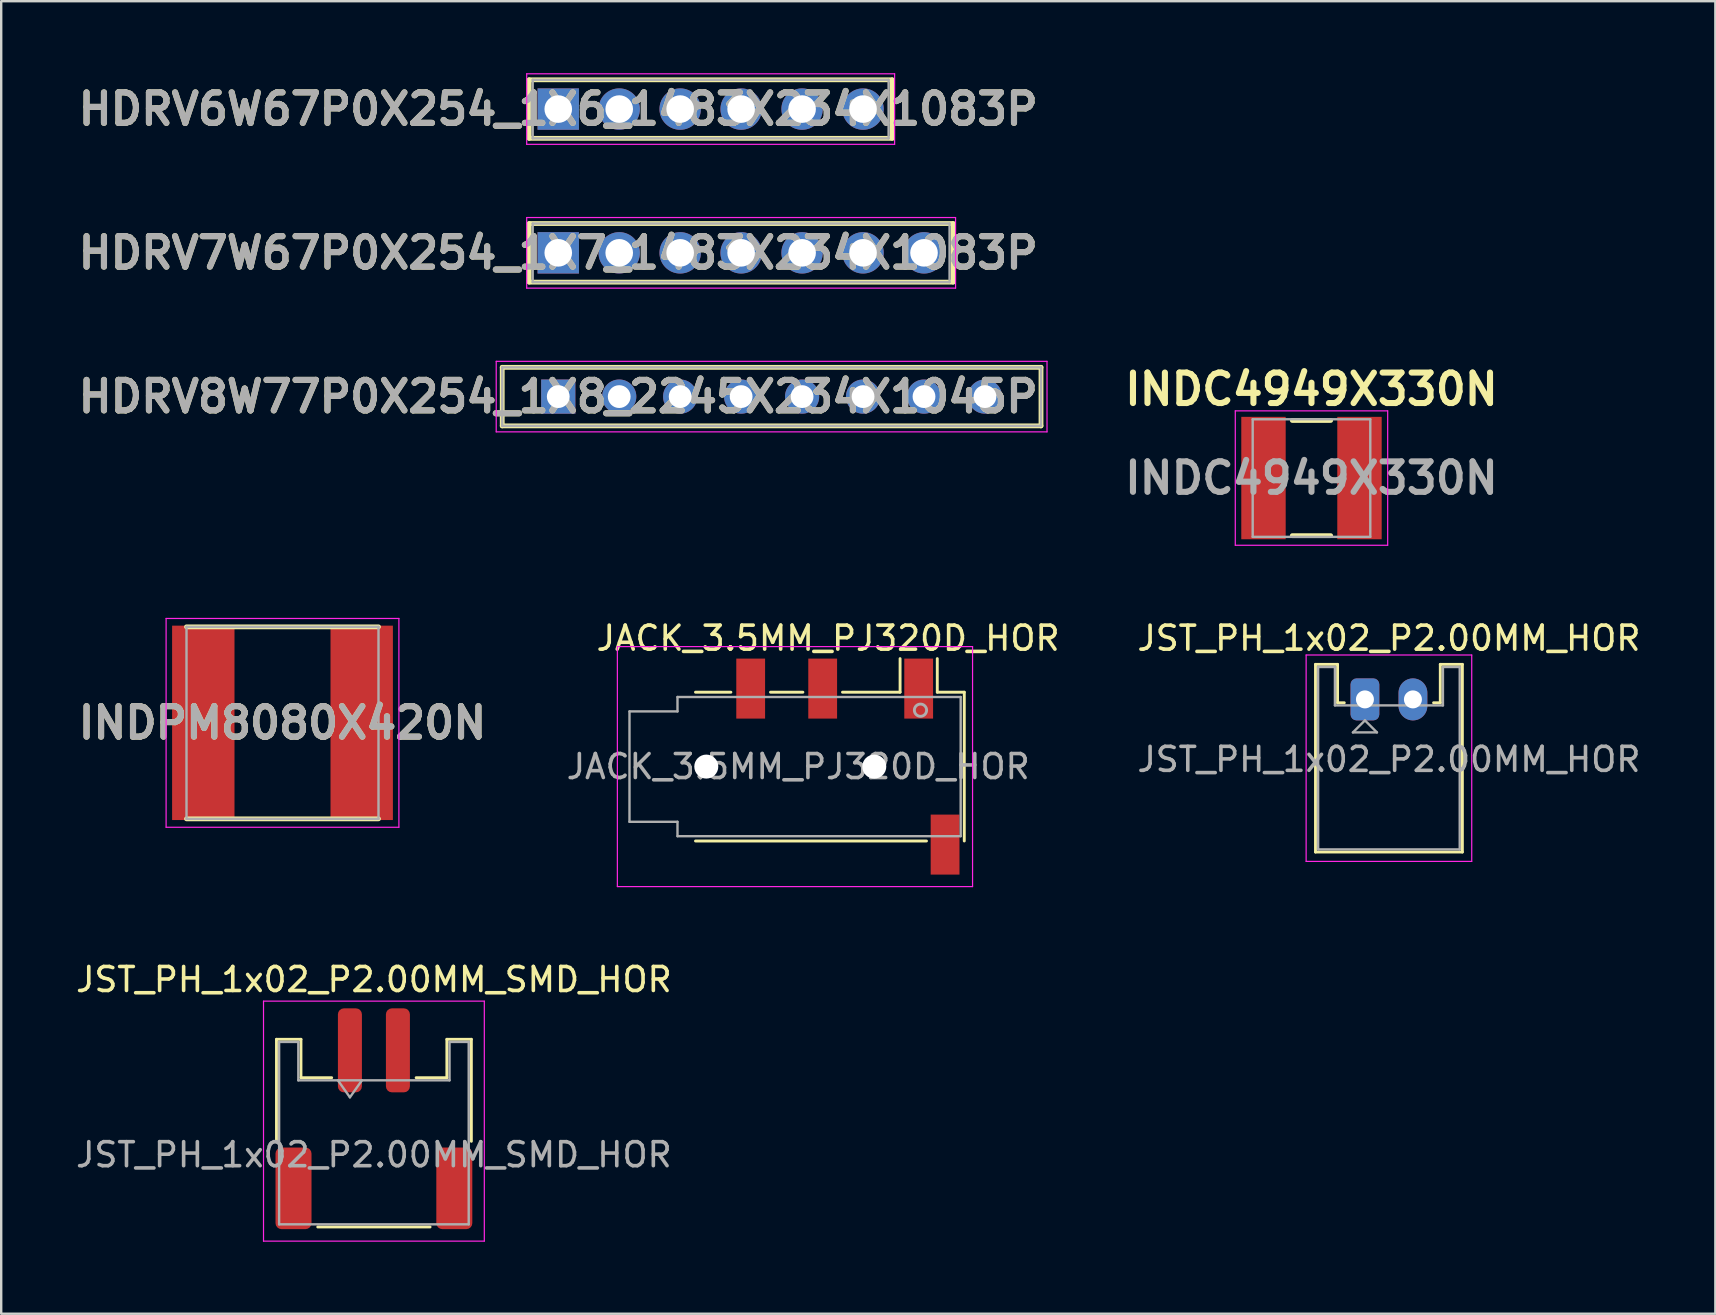
<source format=kicad_pcb>
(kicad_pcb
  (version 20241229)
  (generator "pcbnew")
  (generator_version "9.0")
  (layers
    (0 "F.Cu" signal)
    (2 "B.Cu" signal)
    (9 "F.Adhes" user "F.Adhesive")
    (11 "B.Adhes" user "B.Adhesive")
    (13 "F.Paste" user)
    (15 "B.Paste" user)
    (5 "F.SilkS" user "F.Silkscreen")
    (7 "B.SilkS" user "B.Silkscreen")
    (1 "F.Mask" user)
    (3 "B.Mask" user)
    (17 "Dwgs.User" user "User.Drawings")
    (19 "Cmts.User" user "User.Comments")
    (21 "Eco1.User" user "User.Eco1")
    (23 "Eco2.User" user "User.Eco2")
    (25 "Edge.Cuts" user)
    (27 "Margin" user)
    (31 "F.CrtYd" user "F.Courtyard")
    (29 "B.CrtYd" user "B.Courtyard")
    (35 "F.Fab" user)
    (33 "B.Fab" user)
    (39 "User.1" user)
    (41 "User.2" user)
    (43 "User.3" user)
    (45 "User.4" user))
  (footprint "HDRV7W67P0X254_1X7_1483X234X1083P"
    (layer "F.Cu")
    (at 20.211 7.485)
    (property "Reference" "HDRV7W67P0X254_1X7_1483X234X1083P" (at 0 0 0) (layer "F.SilkS") (effects (font (size 1.27 1.27) (thickness 0.254))))
    (attr through_hole)
    (fp_line (start -1.212 -1.22) (end -1.212 1.22) (stroke (width 0.2) (type solid)) (layer "F.SilkS"))
    (fp_line (start -1.212 1.22) (end 16.453 1.22) (stroke (width 0.2) (type solid)) (layer "F.SilkS"))
    (fp_line (start 16.453 -1.22) (end -1.212 -1.22) (stroke (width 0.2) (type solid)) (layer "F.SilkS"))
    (fp_line (start 16.453 1.22) (end 16.453 -1.22) (stroke (width 0.2) (type solid)) (layer "F.SilkS"))
    (fp_line (start -1.315 -1.47) (end 16.555 -1.47) (stroke (width 0.05) (type solid)) (layer "F.CrtYd"))
    (fp_line (start -1.315 1.47) (end -1.315 -1.47) (stroke (width 0.05) (type solid)) (layer "F.CrtYd"))
    (fp_line (start 16.555 -1.47) (end 16.555 1.47) (stroke (width 0.05) (type solid)) (layer "F.CrtYd"))
    (fp_line (start 16.555 1.47) (end -1.315 1.47) (stroke (width 0.05) (type solid)) (layer "F.CrtYd"))
    (fp_line (start -1.065 -1.22) (end 16.305 -1.22) (stroke (width 0.1) (type solid)) (layer "F.Fab"))
    (fp_line (start -1.065 1.22) (end -1.065 -1.22) (stroke (width 0.1) (type solid)) (layer "F.Fab"))
    (fp_line (start 16.305 -1.22) (end 16.305 1.22) (stroke (width 0.1) (type solid)) (layer "F.Fab"))
    (fp_line (start 16.305 1.22) (end -1.065 1.22) (stroke (width 0.1) (type solid)) (layer "F.Fab"))
    (fp_text user "${REFERENCE}" (at 0 0 0) (layer "F.Fab") (effects (font (size 1.27 1.27) (thickness 0.254))))
    (pad "1" thru_hole rect (at 0 0) (size 1.725 1.725) (drill 1.15) (layers "*.Cu" "*.Mask"))
    (pad "2" thru_hole circle (at 2.54 0) (size 1.725 1.725) (drill 1.15) (layers "*.Cu" "*.Mask"))
    (pad "3" thru_hole circle (at 5.08 0) (size 1.725 1.725) (drill 1.15) (layers "*.Cu" "*.Mask"))
    (pad "4" thru_hole circle (at 7.62 0) (size 1.725 1.725) (drill 1.15) (layers "*.Cu" "*.Mask"))
    (pad "5" thru_hole circle (at 10.16 0) (size 1.725 1.725) (drill 1.15) (layers "*.Cu" "*.Mask"))
    (pad "6" thru_hole circle (at 12.7 0) (size 1.725 1.725) (drill 1.15) (layers "*.Cu" "*.Mask"))
    (pad "7" thru_hole circle (at 15.24 0) (size 1.725 1.725) (drill 1.15) (layers "*.Cu" "*.Mask")))
  (footprint "HDRV8W77P0X254_1X8_2245X234X1045P"
    (layer "F.Cu")
    (at 20.211 13.475)
    (property "Reference" "HDRV8W77P0X254_1X8_2245X234X1045P" (at 0 0 0) (layer "F.SilkS") (effects (font (size 1.27 1.27) (thickness 0.254))))
    (attr through_hole)
    (fp_line (start -2.335 -1.22) (end -2.335 1.22) (stroke (width 0.2) (type solid)) (layer "F.SilkS"))
    (fp_line (start -2.335 1.22) (end 20.115 1.22) (stroke (width 0.2) (type solid)) (layer "F.SilkS"))
    (fp_line (start 20.115 -1.22) (end -2.335 -1.22) (stroke (width 0.2) (type solid)) (layer "F.SilkS"))
    (fp_line (start 20.115 1.22) (end 20.115 -1.22) (stroke (width 0.2) (type solid)) (layer "F.SilkS"))
    (fp_line (start -2.585 -1.47) (end 20.365 -1.47) (stroke (width 0.05) (type solid)) (layer "F.CrtYd"))
    (fp_line (start -2.585 1.47) (end -2.585 -1.47) (stroke (width 0.05) (type solid)) (layer "F.CrtYd"))
    (fp_line (start 20.365 -1.47) (end 20.365 1.47) (stroke (width 0.05) (type solid)) (layer "F.CrtYd"))
    (fp_line (start 20.365 1.47) (end -2.585 1.47) (stroke (width 0.05) (type solid)) (layer "F.CrtYd"))
    (fp_line (start -2.335 -1.22) (end 20.115 -1.22) (stroke (width 0.1) (type solid)) (layer "F.Fab"))
    (fp_line (start -2.335 1.22) (end -2.335 -1.22) (stroke (width 0.1) (type solid)) (layer "F.Fab"))
    (fp_line (start 20.115 -1.22) (end 20.115 1.22) (stroke (width 0.1) (type solid)) (layer "F.Fab"))
    (fp_line (start 20.115 1.22) (end -2.335 1.22) (stroke (width 0.1) (type solid)) (layer "F.Fab"))
    (fp_text user "${REFERENCE}" (at 0 0 0) (layer "F.Fab") (effects (font (size 1.27 1.27) (thickness 0.254))))
    (pad "1" thru_hole rect (at 0 0) (size 1.425 1.425) (drill 0.95) (layers "*.Cu" "*.Mask"))
    (pad "2" thru_hole circle (at 2.54 0) (size 1.425 1.425) (drill 0.95) (layers "*.Cu" "*.Mask"))
    (pad "3" thru_hole circle (at 5.08 0) (size 1.425 1.425) (drill 0.95) (layers "*.Cu" "*.Mask"))
    (pad "4" thru_hole circle (at 7.62 0) (size 1.425 1.425) (drill 0.95) (layers "*.Cu" "*.Mask"))
    (pad "5" thru_hole circle (at 10.16 0) (size 1.425 1.425) (drill 0.95) (layers "*.Cu" "*.Mask"))
    (pad "6" thru_hole circle (at 12.7 0) (size 1.425 1.425) (drill 0.95) (layers "*.Cu" "*.Mask"))
    (pad "7" thru_hole circle (at 15.24 0) (size 1.425 1.425) (drill 0.95) (layers "*.Cu" "*.Mask"))
    (pad "8" thru_hole circle (at 17.78 0) (size 1.425 1.425) (drill 0.95) (layers "*.Cu" "*.Mask")))
  (footprint "JACK_3.5MM_PJ320D_HOR"
    (layer "F.Cu")
    (at 31.404 28.892)
    (property "Reference" "JACK_3.5MM_PJ320D_HOR" (at 0.05 -5.35 0) (layer "F.SilkS") (effects (font (size 1 1) (thickness 0.15))))
    (attr smd)
    (fp_line (start -5.475 -3.1) (end -4 -3.1) (stroke (width 0.12) (type solid)) (layer "F.SilkS"))
    (fp_line (start -2.35 -3.1) (end -1 -3.1) (stroke (width 0.12) (type solid)) (layer "F.SilkS"))
    (fp_line (start 0.65 -3.1) (end 3.05 -3.1) (stroke (width 0.12) (type solid)) (layer "F.SilkS"))
    (fp_line (start 3.05 -3.1) (end 3.05 -4.5) (stroke (width 0.12) (type solid)) (layer "F.SilkS"))
    (fp_line (start 4.15 3.1) (end -5.475 3.1) (stroke (width 0.12) (type solid)) (layer "F.SilkS"))
    (fp_line (start 4.6 -3.1) (end 4.6 -4.5) (stroke (width 0.12) (type solid)) (layer "F.SilkS"))
    (fp_line (start 4.6 -3.1) (end 5.725 -3.1) (stroke (width 0.12) (type solid)) (layer "F.SilkS"))
    (fp_line (start 5.725 3.1) (end 5.725 -3.1) (stroke (width 0.12) (type solid)) (layer "F.SilkS"))
    (fp_line (start -8.73 -5) (end 6.07 -5) (stroke (width 0.05) (type solid)) (layer "F.CrtYd"))
    (fp_line (start -8.73 5) (end -8.73 -5) (stroke (width 0.05) (type solid)) (layer "F.CrtYd"))
    (fp_line (start -8.73 5) (end 6.07 5) (stroke (width 0.05) (type solid)) (layer "F.CrtYd"))
    (fp_line (start 6.07 5) (end 6.07 -5) (stroke (width 0.05) (type solid)) (layer "F.CrtYd"))
    (fp_line (start -8.225 -2.3) (end -6.225 -2.3) (stroke (width 0.1) (type solid)) (layer "F.Fab"))
    (fp_line (start -8.225 2.3) (end -8.225 -2.3) (stroke (width 0.1) (type solid)) (layer "F.Fab"))
    (fp_line (start -6.225 -2.9) (end 5.575 -2.9) (stroke (width 0.1) (type solid)) (layer "F.Fab"))
    (fp_line (start -6.225 -2.3) (end -6.225 -2.9) (stroke (width 0.1) (type solid)) (layer "F.Fab"))
    (fp_line (start -6.225 2.3) (end -8.225 2.3) (stroke (width 0.1) (type solid)) (layer "F.Fab"))
    (fp_line (start -6.225 2.9) (end -6.225 2.3) (stroke (width 0.1) (type solid)) (layer "F.Fab"))
    (fp_line (start 5.575 -2.9) (end 5.575 2.9) (stroke (width 0.1) (type solid)) (layer "F.Fab"))
    (fp_line (start 5.575 2.9) (end -6.225 2.9) (stroke (width 0.1) (type solid)) (layer "F.Fab"))
    (fp_circle (center 3.9 -2.35) (end 3.95 -2.1) (stroke (width 0.12) (type solid)) (fill no) (layer "F.Fab"))
    (fp_text user "${REFERENCE}" (at -1.195 0 0) (layer "F.Fab") (effects (font (size 1 1) (thickness 0.15))))
    (pad "" np_thru_hole circle (at -5.025 0) (size 1 1) (drill 1) (layers "*.Cu" "*.Mask"))
    (pad "" np_thru_hole circle (at 1.975 0) (size 1 1) (drill 1) (layers "*.Cu" "*.Mask"))
    (pad "R1" smd rect (at -0.175 -3.25) (size 1.2 2.5) (layers "F.Cu" "F.Mask" "F.Paste"))
    (pad "R2" smd rect (at -3.175 -3.25) (size 1.2 2.5) (layers "F.Cu" "F.Mask" "F.Paste"))
    (pad "S" smd rect (at 4.925 3.25) (size 1.2 2.5) (layers "F.Cu" "F.Mask" "F.Paste"))
    (pad "T" smd rect (at 3.825 -3.25) (size 1.2 2.5) (layers "F.Cu" "F.Mask" "F.Paste")))
  (footprint "INDC4949X330N"
    (layer "F.Cu")
    (at 51.596 16.869)
    (property "Reference" "INDC4949X330N" (at 0 -3.7 0) (layer "F.SilkS") (effects (font (size 1.27 1.27) (thickness 0.254))))
    (attr smd)
    (fp_line (start -0.8 -2.4) (end 0.8 -2.4) (stroke (width 0.2) (type solid)) (layer "F.SilkS"))
    (fp_line (start -0.8 2.4) (end 0.8 2.4) (stroke (width 0.2) (type solid)) (layer "F.SilkS"))
    (fp_line (start -3.175 -2.8) (end 3.175 -2.8) (stroke (width 0.05) (type solid)) (layer "F.CrtYd"))
    (fp_line (start -3.175 2.8) (end -3.175 -2.8) (stroke (width 0.05) (type solid)) (layer "F.CrtYd"))
    (fp_line (start 3.175 -2.8) (end 3.175 2.8) (stroke (width 0.05) (type solid)) (layer "F.CrtYd"))
    (fp_line (start 3.175 2.8) (end -3.175 2.8) (stroke (width 0.05) (type solid)) (layer "F.CrtYd"))
    (fp_line (start -2.45 -2.45) (end 2.45 -2.45) (stroke (width 0.1) (type solid)) (layer "F.Fab"))
    (fp_line (start -2.45 2.45) (end -2.45 -2.45) (stroke (width 0.1) (type solid)) (layer "F.Fab"))
    (fp_line (start 2.45 -2.45) (end 2.45 2.45) (stroke (width 0.1) (type solid)) (layer "F.Fab"))
    (fp_line (start 2.45 2.45) (end -2.45 2.45) (stroke (width 0.1) (type solid)) (layer "F.Fab"))
    (fp_text user "${REFERENCE}" (at 0 0 0) (layer "F.Fab") (effects (font (size 1.27 1.27) (thickness 0.254))))
    (pad "1" smd rect (at -2 0) (size 1.85 5.1) (layers "F.Cu" "F.Mask" "F.Paste"))
    (pad "2" smd rect (at 2 0) (size 1.85 5.1) (layers "F.Cu" "F.Mask" "F.Paste")))
  (footprint "HDRV6W67P0X254_1X6_1483X234X1083P"
    (layer "F.Cu")
    (at 20.211 1.495)
    (property "Reference" "HDRV6W67P0X254_1X6_1483X234X1083P" (at 0 0 0) (layer "F.SilkS") (effects (font (size 1.27 1.27) (thickness 0.254))))
    (attr through_hole)
    (fp_line (start -1.212 -1.22) (end -1.212 1.22) (stroke (width 0.2) (type solid)) (layer "F.SilkS"))
    (fp_line (start -1.212 1.22) (end 13.913 1.22) (stroke (width 0.2) (type solid)) (layer "F.SilkS"))
    (fp_line (start 13.913 -1.22) (end -1.212 -1.22) (stroke (width 0.2) (type solid)) (layer "F.SilkS"))
    (fp_line (start 13.913 1.22) (end 13.913 -1.22) (stroke (width 0.2) (type solid)) (layer "F.SilkS"))
    (fp_line (start -1.315 -1.47) (end 14.015 -1.47) (stroke (width 0.05) (type solid)) (layer "F.CrtYd"))
    (fp_line (start -1.315 1.47) (end -1.315 -1.47) (stroke (width 0.05) (type solid)) (layer "F.CrtYd"))
    (fp_line (start 14.015 -1.47) (end 14.015 1.47) (stroke (width 0.05) (type solid)) (layer "F.CrtYd"))
    (fp_line (start 14.015 1.47) (end -1.315 1.47) (stroke (width 0.05) (type solid)) (layer "F.CrtYd"))
    (fp_line (start -1.065 -1.22) (end 13.765 -1.22) (stroke (width 0.1) (type solid)) (layer "F.Fab"))
    (fp_line (start -1.065 1.22) (end -1.065 -1.22) (stroke (width 0.1) (type solid)) (layer "F.Fab"))
    (fp_line (start 13.765 -1.22) (end 13.765 1.22) (stroke (width 0.1) (type solid)) (layer "F.Fab"))
    (fp_line (start 13.765 1.22) (end -1.065 1.22) (stroke (width 0.1) (type solid)) (layer "F.Fab"))
    (fp_text user "${REFERENCE}" (at 0 0 0) (layer "F.Fab") (effects (font (size 1.27 1.27) (thickness 0.254))))
    (pad "1" thru_hole rect (at 0 0) (size 1.725 1.725) (drill 1.15) (layers "*.Cu" "*.Mask"))
    (pad "2" thru_hole circle (at 2.54 0) (size 1.725 1.725) (drill 1.15) (layers "*.Cu" "*.Mask"))
    (pad "3" thru_hole circle (at 5.08 0) (size 1.725 1.725) (drill 1.15) (layers "*.Cu" "*.Mask"))
    (pad "4" thru_hole circle (at 7.62 0) (size 1.725 1.725) (drill 1.15) (layers "*.Cu" "*.Mask"))
    (pad "5" thru_hole circle (at 10.16 0) (size 1.725 1.725) (drill 1.15) (layers "*.Cu" "*.Mask"))
    (pad "6" thru_hole circle (at 12.7 0) (size 1.725 1.725) (drill 1.15) (layers "*.Cu" "*.Mask")))
  (footprint "INDPM8080X420N"
    (layer "F.Cu")
    (at 8.721 27.069)
    (property "Reference" "INDPM8080X420N" (at 0 0 0) (layer "F.SilkS") (effects (font (size 1.27 1.27) (thickness 0.254))))
    (attr smd)
    (fp_line (start -4 4) (end 4 4) (stroke (width 0.2) (type solid)) (layer "F.SilkS"))
    (fp_line (start 4 -4) (end -4 -4) (stroke (width 0.2) (type solid)) (layer "F.SilkS"))
    (fp_line (start -4.85 -4.35) (end 4.85 -4.35) (stroke (width 0.05) (type solid)) (layer "F.CrtYd"))
    (fp_line (start -4.85 4.35) (end -4.85 -4.35) (stroke (width 0.05) (type solid)) (layer "F.CrtYd"))
    (fp_line (start 4.85 -4.35) (end 4.85 4.35) (stroke (width 0.05) (type solid)) (layer "F.CrtYd"))
    (fp_line (start 4.85 4.35) (end -4.85 4.35) (stroke (width 0.05) (type solid)) (layer "F.CrtYd"))
    (fp_line (start -4 -4) (end 4 -4) (stroke (width 0.1) (type solid)) (layer "F.Fab"))
    (fp_line (start -4 4) (end -4 -4) (stroke (width 0.1) (type solid)) (layer "F.Fab"))
    (fp_line (start 4 -4) (end 4 4) (stroke (width 0.1) (type solid)) (layer "F.Fab"))
    (fp_line (start 4 4) (end -4 4) (stroke (width 0.1) (type solid)) (layer "F.Fab"))
    (fp_text user "${REFERENCE}" (at 0 0 0) (layer "F.Fab") (effects (font (size 1.27 1.27) (thickness 0.254))))
    (pad "1" smd rect (at -3.3 0) (size 2.6 8.1) (layers "F.Cu" "F.Mask" "F.Paste"))
    (pad "2" smd rect (at 3.3 0) (size 2.6 8.1) (layers "F.Cu" "F.Mask" "F.Paste")))
  (footprint "JST_PH_1x02_P2.00MM_SMD_HOR"
    (layer "F.Cu")
    (at 12.53 43.565)
    (property "Reference" "JST_PH_1x02_P2.00MM_SMD_HOR" (at 0 -5.8 0) (layer "F.SilkS") (effects (font (size 1 1) (thickness 0.15))))
    (attr smd)
    (fp_line (start -4.06 -3.31) (end -3.04 -3.31) (stroke (width 0.12) (type solid)) (layer "F.SilkS"))
    (fp_line (start -4.06 0.94) (end -4.06 -3.31) (stroke (width 0.12) (type solid)) (layer "F.SilkS"))
    (fp_line (start -3.04 -3.31) (end -3.04 -1.71) (stroke (width 0.12) (type solid)) (layer "F.SilkS"))
    (fp_line (start -3.04 -1.71) (end -1.76 -1.71) (stroke (width 0.12) (type solid)) (layer "F.SilkS"))
    (fp_line (start -2.34 4.51) (end 2.34 4.51) (stroke (width 0.12) (type solid)) (layer "F.SilkS"))
    (fp_line (start 3.04 -3.31) (end 3.04 -1.71) (stroke (width 0.12) (type solid)) (layer "F.SilkS"))
    (fp_line (start 3.04 -1.71) (end 1.76 -1.71) (stroke (width 0.12) (type solid)) (layer "F.SilkS"))
    (fp_line (start 4.06 -3.31) (end 3.04 -3.31) (stroke (width 0.12) (type solid)) (layer "F.SilkS"))
    (fp_line (start 4.06 0.94) (end 4.06 -3.31) (stroke (width 0.12) (type solid)) (layer "F.SilkS"))
    (fp_line (start -4.6 -4.9) (end -4.6 5.1) (stroke (width 0.05) (type solid)) (layer "F.CrtYd"))
    (fp_line (start -4.6 5.1) (end 4.6 5.1) (stroke (width 0.05) (type solid)) (layer "F.CrtYd"))
    (fp_line (start 4.6 -4.9) (end -4.6 -4.9) (stroke (width 0.05) (type solid)) (layer "F.CrtYd"))
    (fp_line (start 4.6 5.1) (end 4.6 -4.9) (stroke (width 0.05) (type solid)) (layer "F.CrtYd"))
    (fp_line (start -3.95 -3.2) (end -3.95 4.4) (stroke (width 0.1) (type solid)) (layer "F.Fab"))
    (fp_line (start -3.95 -3.2) (end -3.15 -3.2) (stroke (width 0.1) (type solid)) (layer "F.Fab"))
    (fp_line (start -3.95 4.4) (end 3.95 4.4) (stroke (width 0.1) (type solid)) (layer "F.Fab"))
    (fp_line (start -3.15 -3.2) (end -3.15 -1.6) (stroke (width 0.1) (type solid)) (layer "F.Fab"))
    (fp_line (start -3.15 -1.6) (end 3.15 -1.6) (stroke (width 0.1) (type solid)) (layer "F.Fab"))
    (fp_line (start -1.5 -1.6) (end -1 -0.893) (stroke (width 0.1) (type solid)) (layer "F.Fab"))
    (fp_line (start -1 -0.893) (end -0.5 -1.6) (stroke (width 0.1) (type solid)) (layer "F.Fab"))
    (fp_line (start 3.15 -3.2) (end 3.95 -3.2) (stroke (width 0.1) (type solid)) (layer "F.Fab"))
    (fp_line (start 3.15 -1.6) (end 3.15 -3.2) (stroke (width 0.1) (type solid)) (layer "F.Fab"))
    (fp_line (start 3.95 -3.2) (end 3.95 4.4) (stroke (width 0.1) (type solid)) (layer "F.Fab"))
    (fp_text user "${REFERENCE}" (at 0 1.5 0) (layer "F.Fab") (effects (font (size 1 1) (thickness 0.15))))
    (pad "1" smd roundrect (at -1 -2.85) (size 1 3.5) (layers "F.Cu" "F.Mask" "F.Paste") (roundrect_rratio 0.25))
    (pad "2" smd roundrect (at 1 -2.85) (size 1 3.5) (layers "F.Cu" "F.Mask" "F.Paste") (roundrect_rratio 0.25))
    (pad "MP" smd roundrect (at -3.35 2.9) (size 1.5 3.4) (layers "F.Cu" "F.Mask" "F.Paste") (roundrect_rratio 0.167))
    (pad "MP" smd roundrect (at 3.35 2.9) (size 1.5 3.4) (layers "F.Cu" "F.Mask" "F.Paste") (roundrect_rratio 0.167)))
  (footprint "JST_PH_1x02_P2.00MM_HOR"
    (layer "F.Cu")
    (at 53.823 26.092)
    (property "Reference" "JST_PH_1x02_P2.00MM_HOR" (at 1 -2.55 0) (layer "F.SilkS") (effects (font (size 1 1) (thickness 0.15))))
    (attr through_hole)
    (fp_line (start -2.06 -1.46) (end -2.06 6.36) (stroke (width 0.12) (type solid)) (layer "F.SilkS"))
    (fp_line (start -2.06 6.36) (end 4.06 6.36) (stroke (width 0.12) (type solid)) (layer "F.SilkS"))
    (fp_line (start -1.14 -1.46) (end -2.06 -1.46) (stroke (width 0.12) (type solid)) (layer "F.SilkS"))
    (fp_line (start -1.14 0.14) (end -1.14 -1.46) (stroke (width 0.12) (type solid)) (layer "F.SilkS"))
    (fp_line (start -0.86 0.14) (end -1.14 0.14) (stroke (width 0.12) (type solid)) (layer "F.SilkS"))
    (fp_line (start 3.14 -1.46) (end 3.14 0.14) (stroke (width 0.12) (type solid)) (layer "F.SilkS"))
    (fp_line (start 3.14 0.14) (end 2.86 0.14) (stroke (width 0.12) (type solid)) (layer "F.SilkS"))
    (fp_line (start 4.06 -1.46) (end 3.14 -1.46) (stroke (width 0.12) (type solid)) (layer "F.SilkS"))
    (fp_line (start 4.06 6.36) (end 4.06 -1.46) (stroke (width 0.12) (type solid)) (layer "F.SilkS"))
    (fp_line (start -2.45 -1.85) (end -2.45 6.75) (stroke (width 0.05) (type solid)) (layer "F.CrtYd"))
    (fp_line (start -2.45 6.75) (end 4.45 6.75) (stroke (width 0.05) (type solid)) (layer "F.CrtYd"))
    (fp_line (start 4.45 -1.85) (end -2.45 -1.85) (stroke (width 0.05) (type solid)) (layer "F.CrtYd"))
    (fp_line (start 4.45 6.75) (end 4.45 -1.85) (stroke (width 0.05) (type solid)) (layer "F.CrtYd"))
    (fp_line (start -1.95 -1.35) (end -1.95 6.25) (stroke (width 0.1) (type solid)) (layer "F.Fab"))
    (fp_line (start -1.95 6.25) (end 3.95 6.25) (stroke (width 0.1) (type solid)) (layer "F.Fab"))
    (fp_line (start -1.25 -1.35) (end -1.95 -1.35) (stroke (width 0.1) (type solid)) (layer "F.Fab"))
    (fp_line (start -1.25 0.25) (end -1.25 -1.35) (stroke (width 0.1) (type solid)) (layer "F.Fab"))
    (fp_line (start -0.5 1.375) (end 0.5 1.375) (stroke (width 0.1) (type solid)) (layer "F.Fab"))
    (fp_line (start 0 0.875) (end -0.5 1.375) (stroke (width 0.1) (type solid)) (layer "F.Fab"))
    (fp_line (start 0.5 1.375) (end 0 0.875) (stroke (width 0.1) (type solid)) (layer "F.Fab"))
    (fp_line (start 3.25 -1.35) (end 3.25 0.25) (stroke (width 0.1) (type solid)) (layer "F.Fab"))
    (fp_line (start 3.25 0.25) (end -1.25 0.25) (stroke (width 0.1) (type solid)) (layer "F.Fab"))
    (fp_line (start 3.95 -1.35) (end 3.25 -1.35) (stroke (width 0.1) (type solid)) (layer "F.Fab"))
    (fp_line (start 3.95 6.25) (end 3.95 -1.35) (stroke (width 0.1) (type solid)) (layer "F.Fab"))
    (fp_text user "${REFERENCE}" (at 1 2.5 0) (layer "F.Fab") (effects (font (size 1 1) (thickness 0.15))))
    (pad "1" thru_hole roundrect (at 0 0) (size 1.2 1.75) (drill 0.75) (layers "*.Cu" "*.Mask") (roundrect_rratio 0.208))
    (pad "2" thru_hole oval (at 2 0) (size 1.2 1.75) (drill 0.75) (layers "*.Cu" "*.Mask")))
  (gr_rect
    (start -3 -3)
    (end 68.424 51.69)
    (stroke (width 0.1) (type default))
    (fill no)
    (layer "Edge.Cuts")))
</source>
